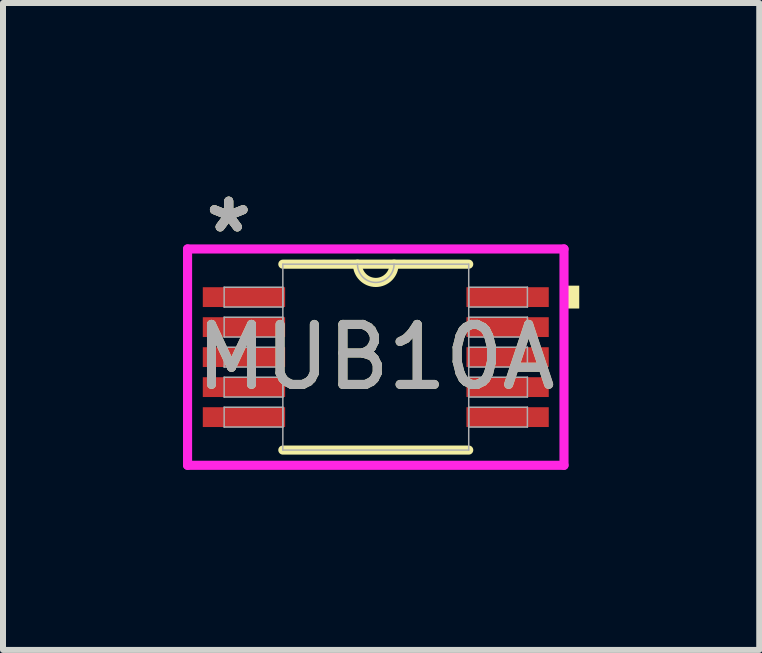
<source format=kicad_pcb>
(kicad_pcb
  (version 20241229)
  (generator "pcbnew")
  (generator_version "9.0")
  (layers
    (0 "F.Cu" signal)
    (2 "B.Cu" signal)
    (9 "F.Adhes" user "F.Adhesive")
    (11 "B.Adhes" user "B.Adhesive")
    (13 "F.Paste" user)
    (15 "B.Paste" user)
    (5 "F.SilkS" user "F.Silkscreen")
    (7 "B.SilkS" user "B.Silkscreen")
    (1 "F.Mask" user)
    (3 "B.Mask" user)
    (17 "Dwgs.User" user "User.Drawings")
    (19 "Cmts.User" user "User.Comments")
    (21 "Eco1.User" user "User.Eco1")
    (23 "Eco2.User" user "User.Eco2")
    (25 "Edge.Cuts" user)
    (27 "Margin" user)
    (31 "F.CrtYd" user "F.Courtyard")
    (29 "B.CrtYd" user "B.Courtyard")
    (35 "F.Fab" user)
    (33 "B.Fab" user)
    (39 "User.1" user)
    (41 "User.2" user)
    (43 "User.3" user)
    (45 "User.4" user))
  (footprint "MUB10A"
    (layer "F.Cu")
    (at 3.213 2.902)
    (property "Reference" "MUB10A" (at 0 0 0) (unlocked yes) (layer "F.SilkS") (effects (font (size 1 1) (thickness 0.15))))
    (attr smd)
    (fp_line (start -1.549 1.549) (end 1.549 1.549) (stroke (width 0.152) (type solid)) (layer "F.SilkS"))
    (fp_line (start 1.549 -1.549) (end -1.549 -1.549) (stroke (width 0.152) (type solid)) (layer "F.SilkS"))
    (fp_arc (start 0.3048 -1.5494) (mid 0 -1.2446) (end -0.3048 -1.5494) (stroke (width 0.1524) (type solid)) (layer "F.SilkS"))
    (fp_poly (pts (xy 3.391 -1.191) (xy 3.391 -0.81) (xy 3.137 -0.81) (xy 3.137 -1.191)) (stroke (width 0) (type solid)) (fill yes) (layer "F.SilkS"))
    (fp_line (start -3.137 -1.803) (end 3.137 -1.803) (stroke (width 0.152) (type solid)) (layer "F.CrtYd"))
    (fp_line (start -3.137 1.803) (end -3.137 -1.803) (stroke (width 0.152) (type solid)) (layer "F.CrtYd"))
    (fp_line (start 3.137 -1.803) (end 3.137 1.803) (stroke (width 0.152) (type solid)) (layer "F.CrtYd"))
    (fp_line (start 3.137 1.803) (end -3.137 1.803) (stroke (width 0.152) (type solid)) (layer "F.CrtYd"))
    (fp_line (start -2.527 -1.165) (end -2.527 -0.835) (stroke (width 0.025) (type solid)) (layer "F.Fab"))
    (fp_line (start -2.527 -0.835) (end -1.549 -0.835) (stroke (width 0.025) (type solid)) (layer "F.Fab"))
    (fp_line (start -2.527 -0.665) (end -2.527 -0.335) (stroke (width 0.025) (type solid)) (layer "F.Fab"))
    (fp_line (start -2.527 -0.335) (end -1.549 -0.335) (stroke (width 0.025) (type solid)) (layer "F.Fab"))
    (fp_line (start -2.527 -0.165) (end -2.527 0.165) (stroke (width 0.025) (type solid)) (layer "F.Fab"))
    (fp_line (start -2.527 0.165) (end -1.549 0.165) (stroke (width 0.025) (type solid)) (layer "F.Fab"))
    (fp_line (start -2.527 0.335) (end -2.527 0.665) (stroke (width 0.025) (type solid)) (layer "F.Fab"))
    (fp_line (start -2.527 0.665) (end -1.549 0.665) (stroke (width 0.025) (type solid)) (layer "F.Fab"))
    (fp_line (start -2.527 0.835) (end -2.527 1.165) (stroke (width 0.025) (type solid)) (layer "F.Fab"))
    (fp_line (start -2.527 1.165) (end -1.549 1.165) (stroke (width 0.025) (type solid)) (layer "F.Fab"))
    (fp_line (start -1.549 -1.549) (end -1.549 1.549) (stroke (width 0.025) (type solid)) (layer "F.Fab"))
    (fp_line (start -1.549 -1.165) (end -2.527 -1.165) (stroke (width 0.025) (type solid)) (layer "F.Fab"))
    (fp_line (start -1.549 -0.835) (end -1.549 -1.165) (stroke (width 0.025) (type solid)) (layer "F.Fab"))
    (fp_line (start -1.549 -0.665) (end -2.527 -0.665) (stroke (width 0.025) (type solid)) (layer "F.Fab"))
    (fp_line (start -1.549 -0.335) (end -1.549 -0.665) (stroke (width 0.025) (type solid)) (layer "F.Fab"))
    (fp_line (start -1.549 -0.165) (end -2.527 -0.165) (stroke (width 0.025) (type solid)) (layer "F.Fab"))
    (fp_line (start -1.549 0.165) (end -1.549 -0.165) (stroke (width 0.025) (type solid)) (layer "F.Fab"))
    (fp_line (start -1.549 0.335) (end -2.527 0.335) (stroke (width 0.025) (type solid)) (layer "F.Fab"))
    (fp_line (start -1.549 0.665) (end -1.549 0.335) (stroke (width 0.025) (type solid)) (layer "F.Fab"))
    (fp_line (start -1.549 0.835) (end -2.527 0.835) (stroke (width 0.025) (type solid)) (layer "F.Fab"))
    (fp_line (start -1.549 1.165) (end -1.549 0.835) (stroke (width 0.025) (type solid)) (layer "F.Fab"))
    (fp_line (start -1.549 1.549) (end 1.549 1.549) (stroke (width 0.025) (type solid)) (layer "F.Fab"))
    (fp_line (start 1.549 -1.549) (end -1.549 -1.549) (stroke (width 0.025) (type solid)) (layer "F.Fab"))
    (fp_line (start 1.549 -1.165) (end 1.549 -0.835) (stroke (width 0.025) (type solid)) (layer "F.Fab"))
    (fp_line (start 1.549 -0.835) (end 2.527 -0.835) (stroke (width 0.025) (type solid)) (layer "F.Fab"))
    (fp_line (start 1.549 -0.665) (end 1.549 -0.335) (stroke (width 0.025) (type solid)) (layer "F.Fab"))
    (fp_line (start 1.549 -0.335) (end 2.527 -0.335) (stroke (width 0.025) (type solid)) (layer "F.Fab"))
    (fp_line (start 1.549 -0.165) (end 1.549 0.165) (stroke (width 0.025) (type solid)) (layer "F.Fab"))
    (fp_line (start 1.549 0.165) (end 2.527 0.165) (stroke (width 0.025) (type solid)) (layer "F.Fab"))
    (fp_line (start 1.549 0.335) (end 1.549 0.665) (stroke (width 0.025) (type solid)) (layer "F.Fab"))
    (fp_line (start 1.549 0.665) (end 2.527 0.665) (stroke (width 0.025) (type solid)) (layer "F.Fab"))
    (fp_line (start 1.549 0.835) (end 1.549 1.165) (stroke (width 0.025) (type solid)) (layer "F.Fab"))
    (fp_line (start 1.549 1.165) (end 2.527 1.165) (stroke (width 0.025) (type solid)) (layer "F.Fab"))
    (fp_line (start 1.549 1.549) (end 1.549 -1.549) (stroke (width 0.025) (type solid)) (layer "F.Fab"))
    (fp_line (start 2.527 -1.165) (end 1.549 -1.165) (stroke (width 0.025) (type solid)) (layer "F.Fab"))
    (fp_line (start 2.527 -0.835) (end 2.527 -1.165) (stroke (width 0.025) (type solid)) (layer "F.Fab"))
    (fp_line (start 2.527 -0.665) (end 1.549 -0.665) (stroke (width 0.025) (type solid)) (layer "F.Fab"))
    (fp_line (start 2.527 -0.335) (end 2.527 -0.665) (stroke (width 0.025) (type solid)) (layer "F.Fab"))
    (fp_line (start 2.527 -0.165) (end 1.549 -0.165) (stroke (width 0.025) (type solid)) (layer "F.Fab"))
    (fp_line (start 2.527 0.165) (end 2.527 -0.165) (stroke (width 0.025) (type solid)) (layer "F.Fab"))
    (fp_line (start 2.527 0.335) (end 1.549 0.335) (stroke (width 0.025) (type solid)) (layer "F.Fab"))
    (fp_line (start 2.527 0.665) (end 2.527 0.335) (stroke (width 0.025) (type solid)) (layer "F.Fab"))
    (fp_line (start 2.527 0.835) (end 1.549 0.835) (stroke (width 0.025) (type solid)) (layer "F.Fab"))
    (fp_line (start 2.527 1.165) (end 2.527 0.835) (stroke (width 0.025) (type solid)) (layer "F.Fab"))
    (fp_arc (start 0.3048 -1.5494) (mid 0 -1.2446) (end -0.3048 -1.5494) (stroke (width 0.0254) (type solid)) (layer "F.Fab"))
    (fp_text user "*" (at -2.451 -2.054 0) (layer "F.SilkS") (effects (font (size 1 1) (thickness 0.15))))
    (fp_text user "*" (at -2.451 -2.054 0) (unlocked yes) (layer "F.SilkS") (effects (font (size 1 1) (thickness 0.15))))
    (fp_text user "${REFERENCE}" (at 0 0 0) (unlocked yes) (layer "F.Fab") (effects (font (size 1 1) (thickness 0.15))))
    (fp_text user "*" (at -2.451 -2.054 0) (unlocked yes) (layer "F.Fab") (effects (font (size 1 1) (thickness 0.15))))
    (fp_text user "*" (at -2.451 -2.054 0) (layer "F.Fab") (effects (font (size 1 1) (thickness 0.15))))
    (pad "1" smd rect (at -2.197 -1) (size 1.372 0.33) (layers "F.Cu" "F.Mask" "F.Paste"))
    (pad "2" smd rect (at -2.197 -0.5) (size 1.372 0.33) (layers "F.Cu" "F.Mask" "F.Paste"))
    (pad "3" smd rect (at -2.197 0) (size 1.372 0.33) (layers "F.Cu" "F.Mask" "F.Paste"))
    (pad "4" smd rect (at -2.197 0.5) (size 1.372 0.33) (layers "F.Cu" "F.Mask" "F.Paste"))
    (pad "5" smd rect (at -2.197 1) (size 1.372 0.33) (layers "F.Cu" "F.Mask" "F.Paste"))
    (pad "6" smd rect (at 2.197 1) (size 1.372 0.33) (layers "F.Cu" "F.Mask" "F.Paste"))
    (pad "7" smd rect (at 2.197 0.5) (size 1.372 0.33) (layers "F.Cu" "F.Mask" "F.Paste"))
    (pad "8" smd rect (at 2.197 0) (size 1.372 0.33) (layers "F.Cu" "F.Mask" "F.Paste"))
    (pad "9" smd rect (at 2.197 -0.5) (size 1.372 0.33) (layers "F.Cu" "F.Mask" "F.Paste"))
    (pad "10" smd rect (at 2.197 -1) (size 1.372 0.33) (layers "F.Cu" "F.Mask" "F.Paste")))
  (gr_rect
    (start -3 -3)
    (end 9.604 7.782)
    (stroke (width 0.1) (type default))
    (fill no)
    (layer "Edge.Cuts")))
</source>
